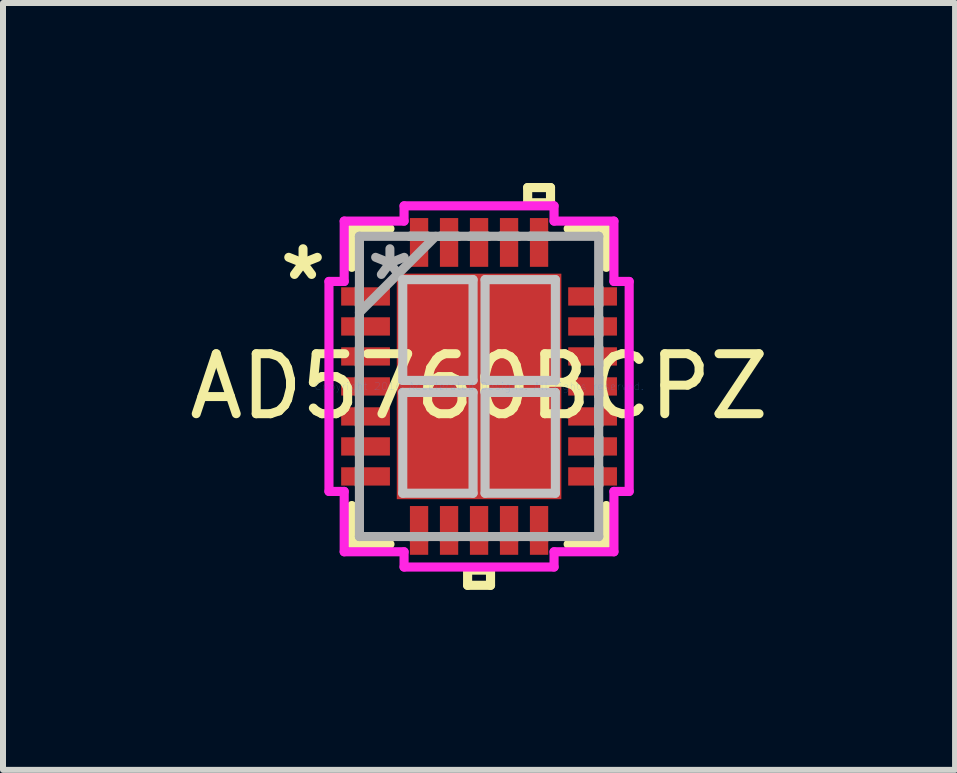
<source format=kicad_pcb>
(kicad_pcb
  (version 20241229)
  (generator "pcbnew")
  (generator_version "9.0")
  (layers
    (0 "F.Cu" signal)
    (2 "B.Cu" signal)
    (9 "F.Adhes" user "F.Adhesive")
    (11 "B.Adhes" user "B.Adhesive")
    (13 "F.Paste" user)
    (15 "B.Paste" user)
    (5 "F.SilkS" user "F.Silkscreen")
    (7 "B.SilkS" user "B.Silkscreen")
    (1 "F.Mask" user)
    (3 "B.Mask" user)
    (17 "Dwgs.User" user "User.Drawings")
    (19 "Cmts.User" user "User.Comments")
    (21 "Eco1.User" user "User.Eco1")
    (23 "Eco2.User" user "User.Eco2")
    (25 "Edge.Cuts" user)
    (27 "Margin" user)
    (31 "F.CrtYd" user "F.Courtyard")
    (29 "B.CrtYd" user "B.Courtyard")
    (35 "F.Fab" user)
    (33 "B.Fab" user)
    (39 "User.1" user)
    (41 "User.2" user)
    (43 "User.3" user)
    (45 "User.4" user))
  (footprint "AD5760BCPZ"
    (layer "F.Cu")
    (at 4.935 3.391)
    (property "Reference" "AD5760BCPZ" (at 0 0 0) (layer "F.SilkS") (effects (font (size 1 1) (thickness 0.15))))
    (attr through_hole)
    (fp_line (start -2.121 -2.629) (end -2.121 -1.985) (stroke (width 0.152) (type solid)) (layer "F.SilkS"))
    (fp_line (start -2.121 1.985) (end -2.121 2.629) (stroke (width 0.152) (type solid)) (layer "F.SilkS"))
    (fp_line (start -2.121 2.629) (end -1.485 2.629) (stroke (width 0.152) (type solid)) (layer "F.SilkS"))
    (fp_line (start -1.485 -2.629) (end -2.121 -2.629) (stroke (width 0.152) (type solid)) (layer "F.SilkS"))
    (fp_line (start -0.191 3.061) (end -0.191 3.315) (stroke (width 0.152) (type solid)) (layer "F.SilkS"))
    (fp_line (start -0.191 3.315) (end 0.191 3.315) (stroke (width 0.152) (type solid)) (layer "F.SilkS"))
    (fp_line (start 0.191 3.061) (end -0.191 3.061) (stroke (width 0.152) (type solid)) (layer "F.SilkS"))
    (fp_line (start 0.191 3.315) (end 0.191 3.061) (stroke (width 0.152) (type solid)) (layer "F.SilkS"))
    (fp_line (start 0.81 -3.315) (end 1.191 -3.315) (stroke (width 0.152) (type solid)) (layer "F.SilkS"))
    (fp_line (start 0.81 -3.061) (end 0.81 -3.315) (stroke (width 0.152) (type solid)) (layer "F.SilkS"))
    (fp_line (start 1.191 -3.315) (end 1.191 -3.061) (stroke (width 0.152) (type solid)) (layer "F.SilkS"))
    (fp_line (start 1.191 -3.061) (end 0.81 -3.061) (stroke (width 0.152) (type solid)) (layer "F.SilkS"))
    (fp_line (start 1.485 2.629) (end 2.121 2.629) (stroke (width 0.152) (type solid)) (layer "F.SilkS"))
    (fp_line (start 2.121 -2.629) (end 1.485 -2.629) (stroke (width 0.152) (type solid)) (layer "F.SilkS"))
    (fp_line (start 2.121 -1.985) (end 2.121 -2.629) (stroke (width 0.152) (type solid)) (layer "F.SilkS"))
    (fp_line (start 2.121 2.629) (end 2.121 1.985) (stroke (width 0.152) (type solid)) (layer "F.SilkS"))
    (fp_line (start -1.272 -1.78) (end -1.272 -0.1) (stroke (width 0.152) (type solid)) (layer "Dwgs.User"))
    (fp_line (start -1.272 -0.1) (end -0.1 -0.1) (stroke (width 0.152) (type solid)) (layer "Dwgs.User"))
    (fp_line (start -1.272 0.1) (end -1.272 1.78) (stroke (width 0.152) (type solid)) (layer "Dwgs.User"))
    (fp_line (start -1.272 1.78) (end -0.1 1.78) (stroke (width 0.152) (type solid)) (layer "Dwgs.User"))
    (fp_line (start -0.1 -1.78) (end -1.272 -1.78) (stroke (width 0.152) (type solid)) (layer "Dwgs.User"))
    (fp_line (start -0.1 -0.1) (end -0.1 -1.78) (stroke (width 0.152) (type solid)) (layer "Dwgs.User"))
    (fp_line (start -0.1 0.1) (end -1.272 0.1) (stroke (width 0.152) (type solid)) (layer "Dwgs.User"))
    (fp_line (start -0.1 1.78) (end -0.1 0.1) (stroke (width 0.152) (type solid)) (layer "Dwgs.User"))
    (fp_line (start 0.1 -1.78) (end 0.1 -0.1) (stroke (width 0.152) (type solid)) (layer "Dwgs.User"))
    (fp_line (start 0.1 -0.1) (end 1.272 -0.1) (stroke (width 0.152) (type solid)) (layer "Dwgs.User"))
    (fp_line (start 0.1 0.1) (end 0.1 1.78) (stroke (width 0.152) (type solid)) (layer "Dwgs.User"))
    (fp_line (start 0.1 1.78) (end 1.272 1.78) (stroke (width 0.152) (type solid)) (layer "Dwgs.User"))
    (fp_line (start 1.272 -1.78) (end 0.1 -1.78) (stroke (width 0.152) (type solid)) (layer "Dwgs.User"))
    (fp_line (start 1.272 -0.1) (end 1.272 -1.78) (stroke (width 0.152) (type solid)) (layer "Dwgs.User"))
    (fp_line (start 1.272 0.1) (end 0.1 0.1) (stroke (width 0.152) (type solid)) (layer "Dwgs.User"))
    (fp_line (start 1.272 1.78) (end 1.272 0.1) (stroke (width 0.152) (type solid)) (layer "Dwgs.User"))
    (fp_line (start -2.502 -1.75) (end -2.248 -1.75) (stroke (width 0.152) (type solid)) (layer "F.CrtYd"))
    (fp_line (start -2.502 1.75) (end -2.502 -1.75) (stroke (width 0.152) (type solid)) (layer "F.CrtYd"))
    (fp_line (start -2.248 -2.756) (end -1.25 -2.756) (stroke (width 0.152) (type solid)) (layer "F.CrtYd"))
    (fp_line (start -2.248 -1.75) (end -2.248 -2.756) (stroke (width 0.152) (type solid)) (layer "F.CrtYd"))
    (fp_line (start -2.248 1.75) (end -2.502 1.75) (stroke (width 0.152) (type solid)) (layer "F.CrtYd"))
    (fp_line (start -2.248 2.756) (end -2.248 1.75) (stroke (width 0.152) (type solid)) (layer "F.CrtYd"))
    (fp_line (start -1.25 -3.01) (end 1.25 -3.01) (stroke (width 0.152) (type solid)) (layer "F.CrtYd"))
    (fp_line (start -1.25 -2.756) (end -1.25 -3.01) (stroke (width 0.152) (type solid)) (layer "F.CrtYd"))
    (fp_line (start -1.25 2.756) (end -2.248 2.756) (stroke (width 0.152) (type solid)) (layer "F.CrtYd"))
    (fp_line (start -1.25 3.01) (end -1.25 2.756) (stroke (width 0.152) (type solid)) (layer "F.CrtYd"))
    (fp_line (start 1.25 -3.01) (end 1.25 -2.756) (stroke (width 0.152) (type solid)) (layer "F.CrtYd"))
    (fp_line (start 1.25 -2.756) (end 2.248 -2.756) (stroke (width 0.152) (type solid)) (layer "F.CrtYd"))
    (fp_line (start 1.25 2.756) (end 1.25 3.01) (stroke (width 0.152) (type solid)) (layer "F.CrtYd"))
    (fp_line (start 1.25 3.01) (end -1.25 3.01) (stroke (width 0.152) (type solid)) (layer "F.CrtYd"))
    (fp_line (start 2.248 -2.756) (end 2.248 -1.75) (stroke (width 0.152) (type solid)) (layer "F.CrtYd"))
    (fp_line (start 2.248 -1.75) (end 2.502 -1.75) (stroke (width 0.152) (type solid)) (layer "F.CrtYd"))
    (fp_line (start 2.248 1.75) (end 2.248 2.756) (stroke (width 0.152) (type solid)) (layer "F.CrtYd"))
    (fp_line (start 2.248 2.756) (end 1.25 2.756) (stroke (width 0.152) (type solid)) (layer "F.CrtYd"))
    (fp_line (start 2.502 -1.75) (end 2.502 1.75) (stroke (width 0.152) (type solid)) (layer "F.CrtYd"))
    (fp_line (start 2.502 1.75) (end 2.248 1.75) (stroke (width 0.152) (type solid)) (layer "F.CrtYd"))
    (fp_line (start -1.994 -2.502) (end -1.994 -2.502) (stroke (width 0.152) (type solid)) (layer "F.Fab"))
    (fp_line (start -1.994 -2.502) (end -1.994 2.502) (stroke (width 0.152) (type solid)) (layer "F.Fab"))
    (fp_line (start -1.994 -1.652) (end -1.994 -1.652) (stroke (width 0.152) (type solid)) (layer "F.Fab"))
    (fp_line (start -1.994 -1.652) (end -1.994 -1.348) (stroke (width 0.152) (type solid)) (layer "F.Fab"))
    (fp_line (start -1.994 -1.348) (end -1.994 -1.652) (stroke (width 0.152) (type solid)) (layer "F.Fab"))
    (fp_line (start -1.994 -1.348) (end -1.994 -1.348) (stroke (width 0.152) (type solid)) (layer "F.Fab"))
    (fp_line (start -1.994 -1.232) (end -0.724 -2.502) (stroke (width 0.152) (type solid)) (layer "F.Fab"))
    (fp_line (start -1.994 -1.152) (end -1.994 -1.152) (stroke (width 0.152) (type solid)) (layer "F.Fab"))
    (fp_line (start -1.994 -1.152) (end -1.994 -0.848) (stroke (width 0.152) (type solid)) (layer "F.Fab"))
    (fp_line (start -1.994 -0.848) (end -1.994 -1.152) (stroke (width 0.152) (type solid)) (layer "F.Fab"))
    (fp_line (start -1.994 -0.848) (end -1.994 -0.848) (stroke (width 0.152) (type solid)) (layer "F.Fab"))
    (fp_line (start -1.994 -0.652) (end -1.994 -0.652) (stroke (width 0.152) (type solid)) (layer "F.Fab"))
    (fp_line (start -1.994 -0.652) (end -1.994 -0.348) (stroke (width 0.152) (type solid)) (layer "F.Fab"))
    (fp_line (start -1.994 -0.348) (end -1.994 -0.652) (stroke (width 0.152) (type solid)) (layer "F.Fab"))
    (fp_line (start -1.994 -0.348) (end -1.994 -0.348) (stroke (width 0.152) (type solid)) (layer "F.Fab"))
    (fp_line (start -1.994 -0.152) (end -1.994 -0.152) (stroke (width 0.152) (type solid)) (layer "F.Fab"))
    (fp_line (start -1.994 -0.152) (end -1.994 0.152) (stroke (width 0.152) (type solid)) (layer "F.Fab"))
    (fp_line (start -1.994 0.152) (end -1.994 -0.152) (stroke (width 0.152) (type solid)) (layer "F.Fab"))
    (fp_line (start -1.994 0.152) (end -1.994 0.152) (stroke (width 0.152) (type solid)) (layer "F.Fab"))
    (fp_line (start -1.994 0.348) (end -1.994 0.348) (stroke (width 0.152) (type solid)) (layer "F.Fab"))
    (fp_line (start -1.994 0.348) (end -1.994 0.652) (stroke (width 0.152) (type solid)) (layer "F.Fab"))
    (fp_line (start -1.994 0.652) (end -1.994 0.348) (stroke (width 0.152) (type solid)) (layer "F.Fab"))
    (fp_line (start -1.994 0.652) (end -1.994 0.652) (stroke (width 0.152) (type solid)) (layer "F.Fab"))
    (fp_line (start -1.994 0.848) (end -1.994 0.848) (stroke (width 0.152) (type solid)) (layer "F.Fab"))
    (fp_line (start -1.994 0.848) (end -1.994 1.152) (stroke (width 0.152) (type solid)) (layer "F.Fab"))
    (fp_line (start -1.994 1.152) (end -1.994 0.848) (stroke (width 0.152) (type solid)) (layer "F.Fab"))
    (fp_line (start -1.994 1.152) (end -1.994 1.152) (stroke (width 0.152) (type solid)) (layer "F.Fab"))
    (fp_line (start -1.994 1.348) (end -1.994 1.348) (stroke (width 0.152) (type solid)) (layer "F.Fab"))
    (fp_line (start -1.994 1.348) (end -1.994 1.652) (stroke (width 0.152) (type solid)) (layer "F.Fab"))
    (fp_line (start -1.994 1.652) (end -1.994 1.348) (stroke (width 0.152) (type solid)) (layer "F.Fab"))
    (fp_line (start -1.994 1.652) (end -1.994 1.652) (stroke (width 0.152) (type solid)) (layer "F.Fab"))
    (fp_line (start -1.994 2.502) (end -1.994 2.502) (stroke (width 0.152) (type solid)) (layer "F.Fab"))
    (fp_line (start -1.994 2.502) (end 1.994 2.502) (stroke (width 0.152) (type solid)) (layer "F.Fab"))
    (fp_line (start -1.152 -2.502) (end -1.152 -2.502) (stroke (width 0.152) (type solid)) (layer "F.Fab"))
    (fp_line (start -1.152 -2.502) (end -0.848 -2.502) (stroke (width 0.152) (type solid)) (layer "F.Fab"))
    (fp_line (start -1.152 2.502) (end -1.152 2.502) (stroke (width 0.152) (type solid)) (layer "F.Fab"))
    (fp_line (start -1.152 2.502) (end -0.848 2.502) (stroke (width 0.152) (type solid)) (layer "F.Fab"))
    (fp_line (start -0.848 -2.502) (end -1.152 -2.502) (stroke (width 0.152) (type solid)) (layer "F.Fab"))
    (fp_line (start -0.848 -2.502) (end -0.848 -2.502) (stroke (width 0.152) (type solid)) (layer "F.Fab"))
    (fp_line (start -0.848 2.502) (end -1.152 2.502) (stroke (width 0.152) (type solid)) (layer "F.Fab"))
    (fp_line (start -0.848 2.502) (end -0.848 2.502) (stroke (width 0.152) (type solid)) (layer "F.Fab"))
    (fp_line (start -0.652 -2.502) (end -0.652 -2.502) (stroke (width 0.152) (type solid)) (layer "F.Fab"))
    (fp_line (start -0.652 -2.502) (end -0.348 -2.502) (stroke (width 0.152) (type solid)) (layer "F.Fab"))
    (fp_line (start -0.652 2.502) (end -0.652 2.502) (stroke (width 0.152) (type solid)) (layer "F.Fab"))
    (fp_line (start -0.652 2.502) (end -0.348 2.502) (stroke (width 0.152) (type solid)) (layer "F.Fab"))
    (fp_line (start -0.348 -2.502) (end -0.652 -2.502) (stroke (width 0.152) (type solid)) (layer "F.Fab"))
    (fp_line (start -0.348 -2.502) (end -0.348 -2.502) (stroke (width 0.152) (type solid)) (layer "F.Fab"))
    (fp_line (start -0.348 2.502) (end -0.652 2.502) (stroke (width 0.152) (type solid)) (layer "F.Fab"))
    (fp_line (start -0.348 2.502) (end -0.348 2.502) (stroke (width 0.152) (type solid)) (layer "F.Fab"))
    (fp_line (start -0.152 -2.502) (end -0.152 -2.502) (stroke (width 0.152) (type solid)) (layer "F.Fab"))
    (fp_line (start -0.152 -2.502) (end 0.152 -2.502) (stroke (width 0.152) (type solid)) (layer "F.Fab"))
    (fp_line (start -0.152 2.502) (end -0.152 2.502) (stroke (width 0.152) (type solid)) (layer "F.Fab"))
    (fp_line (start -0.152 2.502) (end 0.152 2.502) (stroke (width 0.152) (type solid)) (layer "F.Fab"))
    (fp_line (start 0.152 -2.502) (end -0.152 -2.502) (stroke (width 0.152) (type solid)) (layer "F.Fab"))
    (fp_line (start 0.152 -2.502) (end 0.152 -2.502) (stroke (width 0.152) (type solid)) (layer "F.Fab"))
    (fp_line (start 0.152 2.502) (end -0.152 2.502) (stroke (width 0.152) (type solid)) (layer "F.Fab"))
    (fp_line (start 0.152 2.502) (end 0.152 2.502) (stroke (width 0.152) (type solid)) (layer "F.Fab"))
    (fp_line (start 0.348 -2.502) (end 0.348 -2.502) (stroke (width 0.152) (type solid)) (layer "F.Fab"))
    (fp_line (start 0.348 -2.502) (end 0.652 -2.502) (stroke (width 0.152) (type solid)) (layer "F.Fab"))
    (fp_line (start 0.348 2.502) (end 0.348 2.502) (stroke (width 0.152) (type solid)) (layer "F.Fab"))
    (fp_line (start 0.348 2.502) (end 0.652 2.502) (stroke (width 0.152) (type solid)) (layer "F.Fab"))
    (fp_line (start 0.652 -2.502) (end 0.348 -2.502) (stroke (width 0.152) (type solid)) (layer "F.Fab"))
    (fp_line (start 0.652 -2.502) (end 0.652 -2.502) (stroke (width 0.152) (type solid)) (layer "F.Fab"))
    (fp_line (start 0.652 2.502) (end 0.348 2.502) (stroke (width 0.152) (type solid)) (layer "F.Fab"))
    (fp_line (start 0.652 2.502) (end 0.652 2.502) (stroke (width 0.152) (type solid)) (layer "F.Fab"))
    (fp_line (start 0.848 -2.502) (end 0.848 -2.502) (stroke (width 0.152) (type solid)) (layer "F.Fab"))
    (fp_line (start 0.848 -2.502) (end 1.152 -2.502) (stroke (width 0.152) (type solid)) (layer "F.Fab"))
    (fp_line (start 0.848 2.502) (end 0.848 2.502) (stroke (width 0.152) (type solid)) (layer "F.Fab"))
    (fp_line (start 0.848 2.502) (end 1.152 2.502) (stroke (width 0.152) (type solid)) (layer "F.Fab"))
    (fp_line (start 1.152 -2.502) (end 0.848 -2.502) (stroke (width 0.152) (type solid)) (layer "F.Fab"))
    (fp_line (start 1.152 -2.502) (end 1.152 -2.502) (stroke (width 0.152) (type solid)) (layer "F.Fab"))
    (fp_line (start 1.152 2.502) (end 0.848 2.502) (stroke (width 0.152) (type solid)) (layer "F.Fab"))
    (fp_line (start 1.152 2.502) (end 1.152 2.502) (stroke (width 0.152) (type solid)) (layer "F.Fab"))
    (fp_line (start 1.994 -2.502) (end -1.994 -2.502) (stroke (width 0.152) (type solid)) (layer "F.Fab"))
    (fp_line (start 1.994 -2.502) (end 1.994 -2.502) (stroke (width 0.152) (type solid)) (layer "F.Fab"))
    (fp_line (start 1.994 -1.652) (end 1.994 -1.652) (stroke (width 0.152) (type solid)) (layer "F.Fab"))
    (fp_line (start 1.994 -1.652) (end 1.994 -1.348) (stroke (width 0.152) (type solid)) (layer "F.Fab"))
    (fp_line (start 1.994 -1.348) (end 1.994 -1.652) (stroke (width 0.152) (type solid)) (layer "F.Fab"))
    (fp_line (start 1.994 -1.348) (end 1.994 -1.348) (stroke (width 0.152) (type solid)) (layer "F.Fab"))
    (fp_line (start 1.994 -1.152) (end 1.994 -1.152) (stroke (width 0.152) (type solid)) (layer "F.Fab"))
    (fp_line (start 1.994 -1.152) (end 1.994 -0.848) (stroke (width 0.152) (type solid)) (layer "F.Fab"))
    (fp_line (start 1.994 -0.848) (end 1.994 -1.152) (stroke (width 0.152) (type solid)) (layer "F.Fab"))
    (fp_line (start 1.994 -0.848) (end 1.994 -0.848) (stroke (width 0.152) (type solid)) (layer "F.Fab"))
    (fp_line (start 1.994 -0.652) (end 1.994 -0.652) (stroke (width 0.152) (type solid)) (layer "F.Fab"))
    (fp_line (start 1.994 -0.652) (end 1.994 -0.348) (stroke (width 0.152) (type solid)) (layer "F.Fab"))
    (fp_line (start 1.994 -0.348) (end 1.994 -0.652) (stroke (width 0.152) (type solid)) (layer "F.Fab"))
    (fp_line (start 1.994 -0.348) (end 1.994 -0.348) (stroke (width 0.152) (type solid)) (layer "F.Fab"))
    (fp_line (start 1.994 -0.152) (end 1.994 -0.152) (stroke (width 0.152) (type solid)) (layer "F.Fab"))
    (fp_line (start 1.994 -0.152) (end 1.994 0.152) (stroke (width 0.152) (type solid)) (layer "F.Fab"))
    (fp_line (start 1.994 0.152) (end 1.994 -0.152) (stroke (width 0.152) (type solid)) (layer "F.Fab"))
    (fp_line (start 1.994 0.152) (end 1.994 0.152) (stroke (width 0.152) (type solid)) (layer "F.Fab"))
    (fp_line (start 1.994 0.348) (end 1.994 0.348) (stroke (width 0.152) (type solid)) (layer "F.Fab"))
    (fp_line (start 1.994 0.348) (end 1.994 0.652) (stroke (width 0.152) (type solid)) (layer "F.Fab"))
    (fp_line (start 1.994 0.652) (end 1.994 0.348) (stroke (width 0.152) (type solid)) (layer "F.Fab"))
    (fp_line (start 1.994 0.652) (end 1.994 0.652) (stroke (width 0.152) (type solid)) (layer "F.Fab"))
    (fp_line (start 1.994 0.848) (end 1.994 0.848) (stroke (width 0.152) (type solid)) (layer "F.Fab"))
    (fp_line (start 1.994 0.848) (end 1.994 1.152) (stroke (width 0.152) (type solid)) (layer "F.Fab"))
    (fp_line (start 1.994 1.152) (end 1.994 0.848) (stroke (width 0.152) (type solid)) (layer "F.Fab"))
    (fp_line (start 1.994 1.152) (end 1.994 1.152) (stroke (width 0.152) (type solid)) (layer "F.Fab"))
    (fp_line (start 1.994 1.348) (end 1.994 1.348) (stroke (width 0.152) (type solid)) (layer "F.Fab"))
    (fp_line (start 1.994 1.348) (end 1.994 1.652) (stroke (width 0.152) (type solid)) (layer "F.Fab"))
    (fp_line (start 1.994 1.652) (end 1.994 1.348) (stroke (width 0.152) (type solid)) (layer "F.Fab"))
    (fp_line (start 1.994 1.652) (end 1.994 1.652) (stroke (width 0.152) (type solid)) (layer "F.Fab"))
    (fp_line (start 1.994 2.502) (end 1.994 -2.502) (stroke (width 0.152) (type solid)) (layer "F.Fab"))
    (fp_line (start 1.994 2.502) (end 1.994 2.502) (stroke (width 0.152) (type solid)) (layer "F.Fab"))
    (fp_text user "*" (at -2.934 -1.75 0) (layer "F.SilkS") (effects (font (size 1 1) (thickness 0.15))))
    (fp_text user "Copyright 2016 Accelerated Designs. All rights reserved." (at 0 0 0) (layer "Cmts.User") (effects (font (size 0.127 0.127) (thickness 0.002))))
    (fp_text user "*" (at -1.486 -1.75 0) (layer "F.Fab") (effects (font (size 1 1) (thickness 0.15))))
    (pad "1" smd rect (at -1.892 -1.5 90) (size 0.305 0.813) (layers "F.Cu" "F.Mask" "F.Paste"))
    (pad "2" smd rect (at -1.892 -1 90) (size 0.305 0.813) (layers "F.Cu" "F.Mask" "F.Paste"))
    (pad "3" smd rect (at -1.892 -0.5 90) (size 0.305 0.813) (layers "F.Cu" "F.Mask" "F.Paste"))
    (pad "4" smd rect (at -1.892 0 90) (size 0.305 0.813) (layers "F.Cu" "F.Mask" "F.Paste"))
    (pad "5" smd rect (at -1.892 0.5 90) (size 0.305 0.813) (layers "F.Cu" "F.Mask" "F.Paste"))
    (pad "6" smd rect (at -1.892 1 90) (size 0.305 0.813) (layers "F.Cu" "F.Mask" "F.Paste"))
    (pad "7" smd rect (at -1.892 1.5 90) (size 0.305 0.813) (layers "F.Cu" "F.Mask" "F.Paste"))
    (pad "8" smd rect (at -1 2.4) (size 0.305 0.813) (layers "F.Cu" "F.Mask" "F.Paste"))
    (pad "9" smd rect (at -0.5 2.4) (size 0.305 0.813) (layers "F.Cu" "F.Mask" "F.Paste"))
    (pad "10" smd rect (at 0 2.4) (size 0.305 0.813) (layers "F.Cu" "F.Mask" "F.Paste"))
    (pad "11" smd rect (at 0.5 2.4) (size 0.305 0.813) (layers "F.Cu" "F.Mask" "F.Paste"))
    (pad "12" smd rect (at 1 2.4) (size 0.305 0.813) (layers "F.Cu" "F.Mask" "F.Paste"))
    (pad "13" smd rect (at 1.892 1.5 90) (size 0.305 0.813) (layers "F.Cu" "F.Mask" "F.Paste"))
    (pad "14" smd rect (at 1.892 1 90) (size 0.305 0.813) (layers "F.Cu" "F.Mask" "F.Paste"))
    (pad "15" smd rect (at 1.892 0.5 90) (size 0.305 0.813) (layers "F.Cu" "F.Mask" "F.Paste"))
    (pad "16" smd rect (at 1.892 0 90) (size 0.305 0.813) (layers "F.Cu" "F.Mask" "F.Paste"))
    (pad "17" smd rect (at 1.892 -0.5 90) (size 0.305 0.813) (layers "F.Cu" "F.Mask" "F.Paste"))
    (pad "18" smd rect (at 1.892 -1 90) (size 0.305 0.813) (layers "F.Cu" "F.Mask" "F.Paste"))
    (pad "19" smd rect (at 1.892 -1.5 90) (size 0.305 0.813) (layers "F.Cu" "F.Mask" "F.Paste"))
    (pad "20" smd rect (at 1 -2.4) (size 0.305 0.813) (layers "F.Cu" "F.Mask" "F.Paste"))
    (pad "21" smd rect (at 0.5 -2.4) (size 0.305 0.813) (layers "F.Cu" "F.Mask" "F.Paste"))
    (pad "22" smd rect (at 0 -2.4) (size 0.305 0.813) (layers "F.Cu" "F.Mask" "F.Paste"))
    (pad "23" smd rect (at -0.5 -2.4) (size 0.305 0.813) (layers "F.Cu" "F.Mask" "F.Paste"))
    (pad "24" smd rect (at -1 -2.4) (size 0.305 0.813) (layers "F.Cu" "F.Mask" "F.Paste"))
    (pad "25" smd rect (at 0 0) (size 2.743 3.759) (layers "F.Cu" "F.Mask" "F.Paste")))
  (gr_rect
    (start -3 -3)
    (end 12.869 9.782)
    (stroke (width 0.1) (type default))
    (fill no)
    (layer "Edge.Cuts")))
</source>
